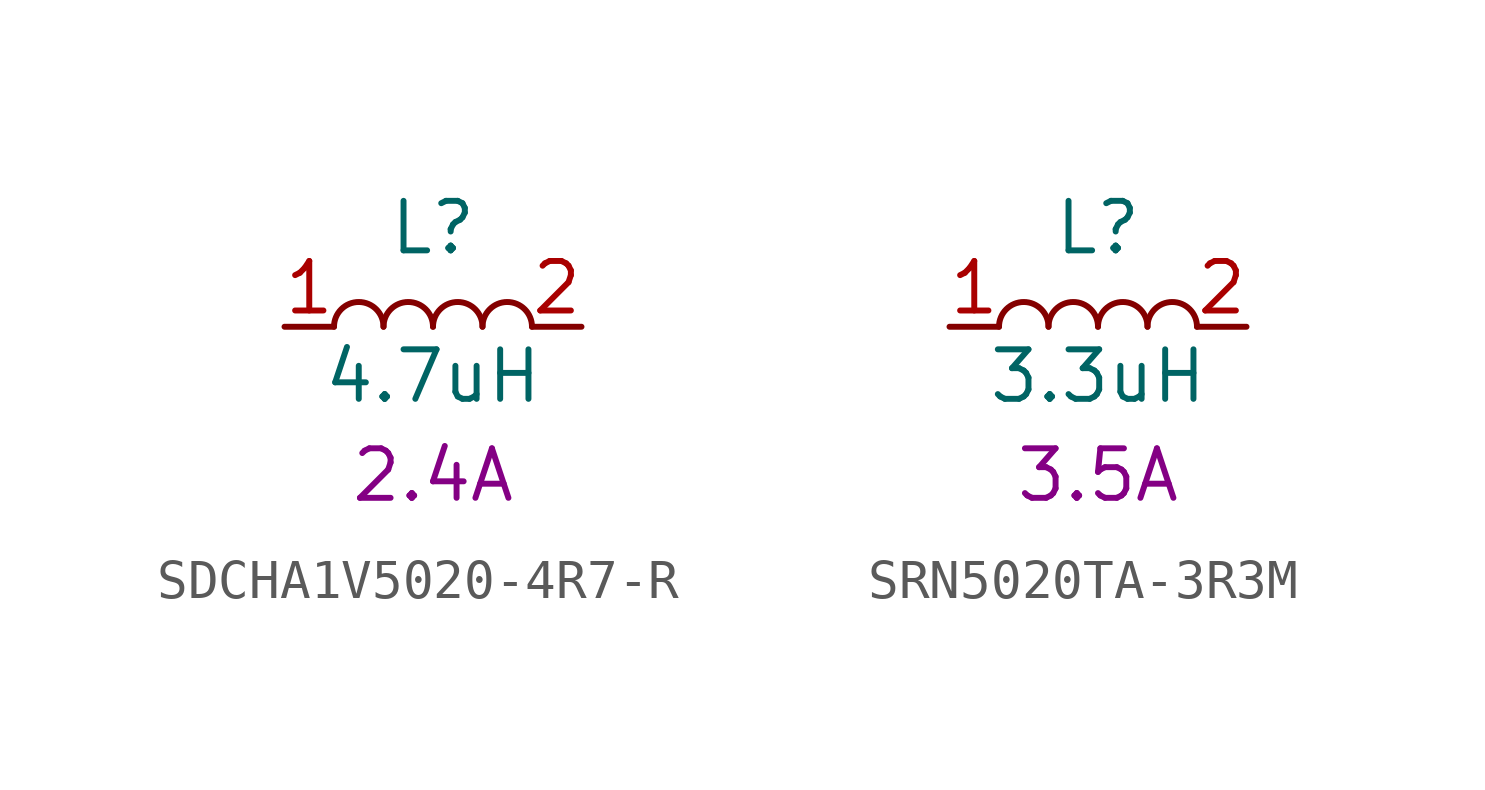
<source format=kicad_sym>
(kicad_symbol_lib
  (version 20220914)
  (generator kicad_symbol_editor)
  (symbol "SDCHA1V5020-4R7-R "
    (pin_names
      (offset 1.016) hide)
    (property "Reference" "L"
      (at 0 2.54 0)
      (effects (font (size 1.27 1.27))))
    (property "Value" "4.7uH"
      (at 0 -1.27 0)
      (effects (font (size 1.27 1.27))))
    (property "Sat Current" "2.4A"
      (at 0 -3.81 0)
      (effects (font (size 1.27 1.27))))
    (symbol "SDCHA1V5020-4R7-R _0_1"
      (arc (start -1.27 0) (mid -1.905 0.6323) (end -2.54 0) (stroke (width 0) (type default)) (fill (type none)))
      (arc (start 0 0) (mid -0.635 0.6323) (end -1.27 0) (stroke (width 0) (type default)) (fill (type none)))
      (arc (start 1.27 0) (mid 0.635 0.6323) (end 0 0) (stroke (width 0) (type default)) (fill (type none)))
      (arc (start 2.54 0) (mid 1.905 0.6323) (end 1.27 0) (stroke (width 0) (type default)) (fill (type none))))
    (symbol "SDCHA1V5020-4R7-R _1_1"
      (pin passive line (at -3.81 0 0) (length 1.27) (name "1" (effects (font (size 1.27 1.27)))) (number "1" (effects (font (size 1.27 1.27)))))
      (pin passive line (at 3.81 0 180) (length 1.27) (name "2" (effects (font (size 1.27 1.27)))) (number "2" (effects (font (size 1.27 1.27)))))))
  (symbol "SRN5020TA-3R3M "
    (pin_names
      (offset 1.016) hide)
    (property "Reference" "L"
      (at 0 2.54 0)
      (effects (font (size 1.27 1.27))))
    (property "Value" "3.3uH"
      (at 0 -1.27 0)
      (effects (font (size 1.27 1.27))))
    (property "Sat Current" "3.5A"
      (at 0 -3.81 0)
      (effects (font (size 1.27 1.27))))
    (symbol "SRN5020TA-3R3M _0_1"
      (arc (start -1.27 0) (mid -1.905 0.6323) (end -2.54 0) (stroke (width 0) (type default)) (fill (type none)))
      (arc (start 0 0) (mid -0.635 0.6323) (end -1.27 0) (stroke (width 0) (type default)) (fill (type none)))
      (arc (start 1.27 0) (mid 0.635 0.6323) (end 0 0) (stroke (width 0) (type default)) (fill (type none)))
      (arc (start 2.54 0) (mid 1.905 0.6323) (end 1.27 0) (stroke (width 0) (type default)) (fill (type none))))
    (symbol "SRN5020TA-3R3M _1_1"
      (pin passive line (at -3.81 0 0) (length 1.27) (name "1" (effects (font (size 1.27 1.27)))) (number "1" (effects (font (size 1.27 1.27)))))
      (pin passive line (at 3.81 0 180) (length 1.27) (name "2" (effects (font (size 1.27 1.27)))) (number "2" (effects (font (size 1.27 1.27))))))))
</source>
